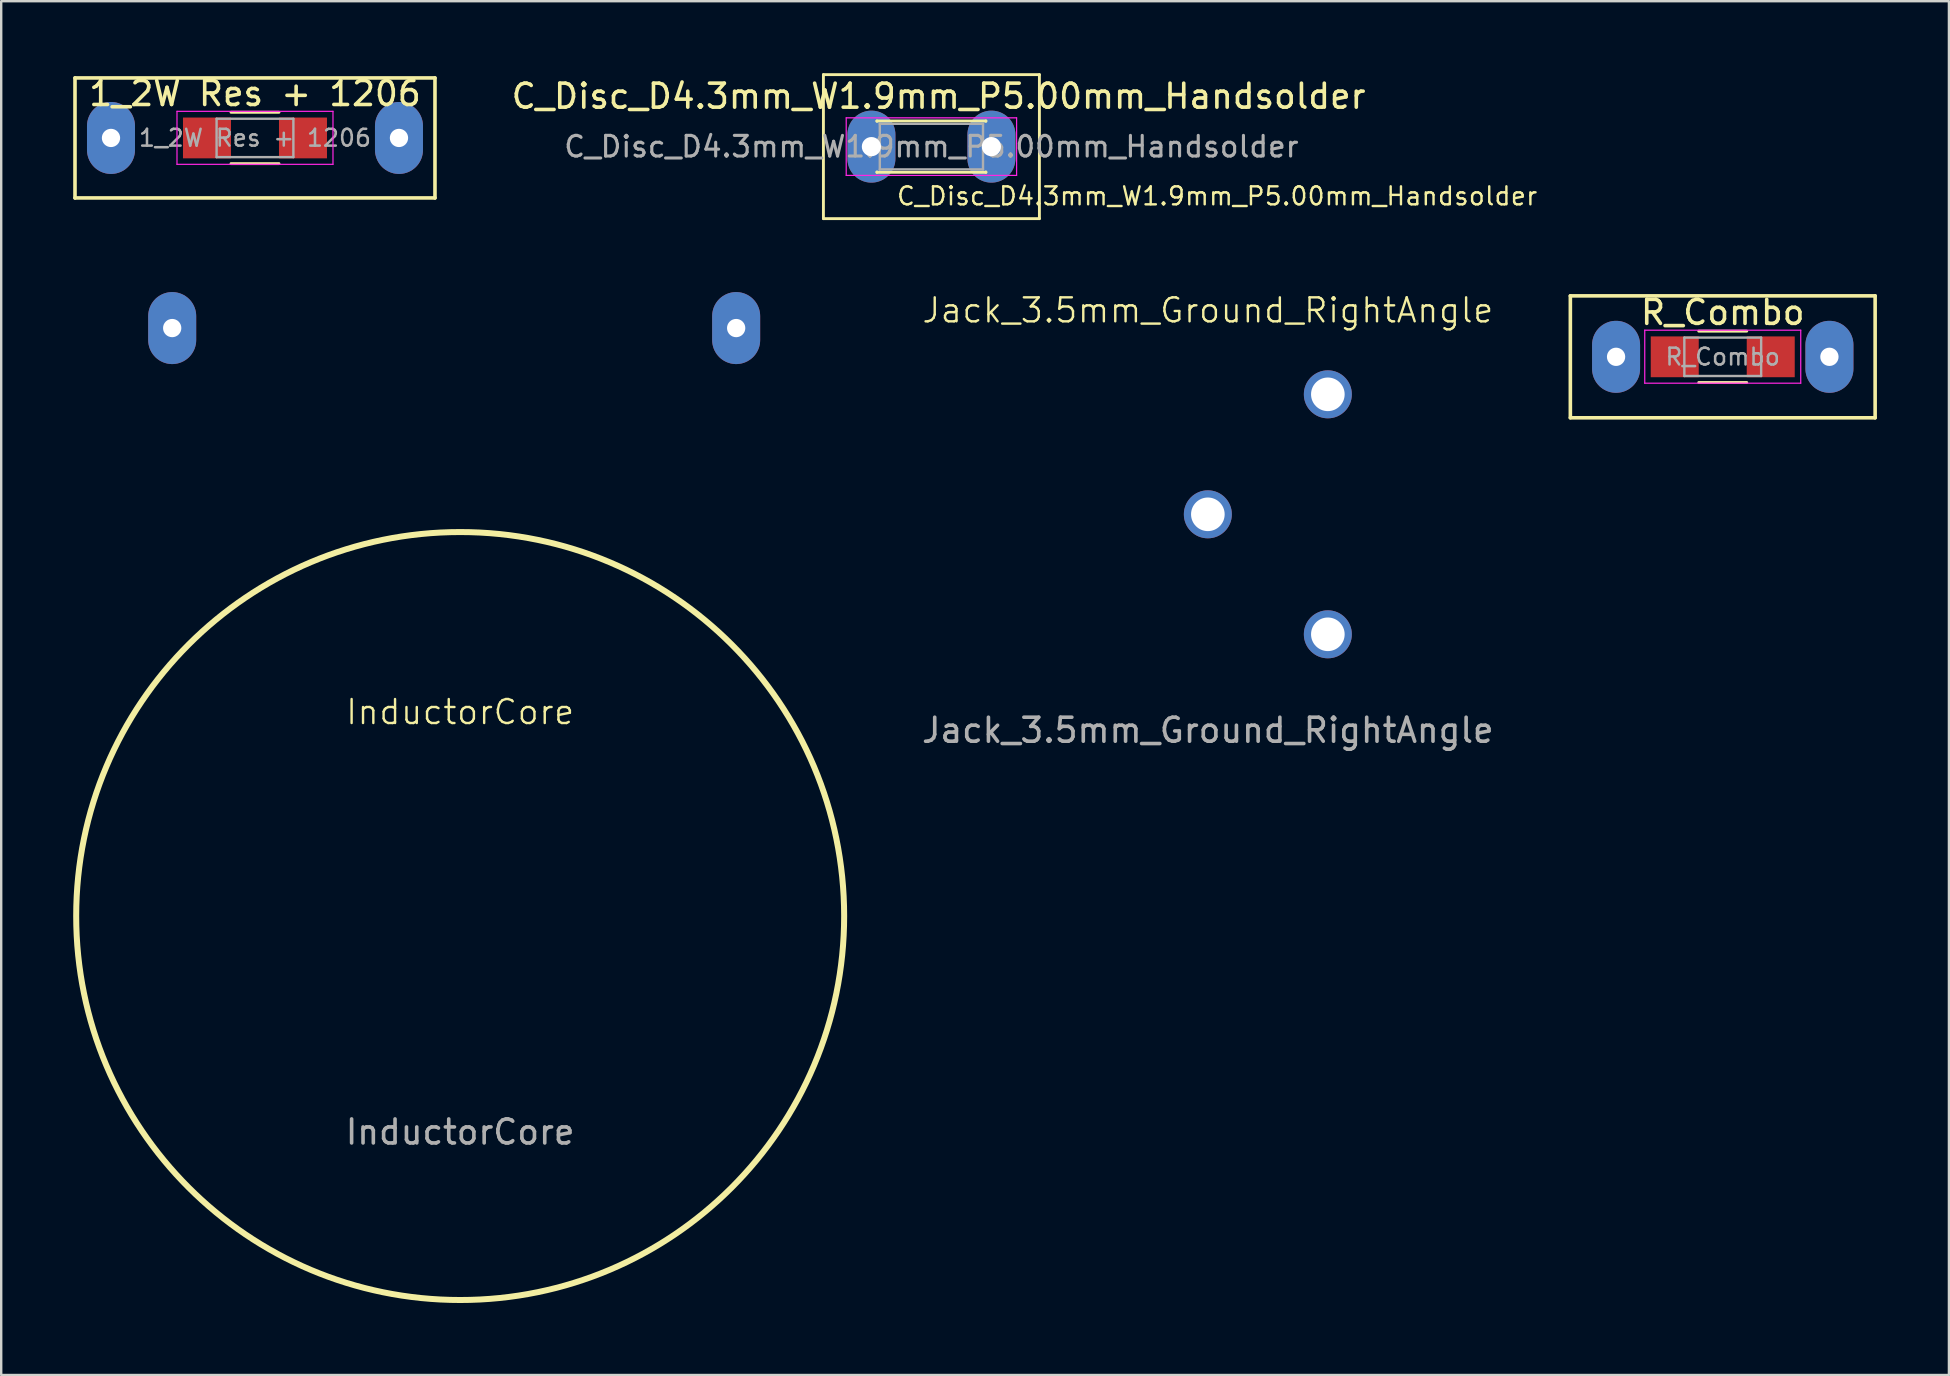
<source format=kicad_pcb>
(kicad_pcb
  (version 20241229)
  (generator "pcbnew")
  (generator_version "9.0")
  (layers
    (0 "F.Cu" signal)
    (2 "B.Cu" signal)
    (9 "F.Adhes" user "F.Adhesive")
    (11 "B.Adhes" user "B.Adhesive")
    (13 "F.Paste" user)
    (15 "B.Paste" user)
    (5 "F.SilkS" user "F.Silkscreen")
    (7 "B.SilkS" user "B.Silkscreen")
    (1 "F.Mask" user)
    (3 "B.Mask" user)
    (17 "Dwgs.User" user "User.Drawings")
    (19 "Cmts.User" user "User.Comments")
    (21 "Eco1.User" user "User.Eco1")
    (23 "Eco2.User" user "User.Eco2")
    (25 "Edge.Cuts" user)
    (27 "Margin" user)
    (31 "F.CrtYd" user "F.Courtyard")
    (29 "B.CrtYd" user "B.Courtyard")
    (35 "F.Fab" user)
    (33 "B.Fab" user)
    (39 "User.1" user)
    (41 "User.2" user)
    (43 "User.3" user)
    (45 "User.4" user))
  (footprint "Jack_3.5mm_Ground_RightAngle"
    (layer "F.Cu")
    (at 47.28 18.381)
    (property "Reference" "Jack_3.5mm_Ground_RightAngle" (at 0 -8.5 0) (unlocked yes) (layer "F.SilkS") (effects (font (size 1 1) (thickness 0.1))))
    (attr through_hole)
    (fp_text user "${REFERENCE}" (at 0 9 0) (unlocked yes) (layer "F.Fab") (effects (font (size 1 1) (thickness 0.15))))
    (pad "G" thru_hole circle (at 0 0) (size 2 2) (drill 1.4) (layers "*.Cu" "*.Mask"))
    (pad "S" thru_hole circle (at 5 -5) (size 2 2) (drill 1.4) (layers "*.Cu" "*.Mask"))
    (pad "T" thru_hole circle (at 5 5) (size 2 2) (drill 1.4) (layers "*.Cu" "*.Mask")))
  (footprint "1_2W Res + 1206"
    (layer "F.Cu")
    (at 7.575 2.698)
    (property "Reference" "1_2W Res + 1206" (at 0 -1.85 0) (layer "F.SilkS") (effects (font (size 1 1) (thickness 0.15))))
    (attr smd)
    (fp_line (start -7.5 -2.5) (end -7.5 2.5) (stroke (width 0.15) (type solid)) (layer "F.SilkS"))
    (fp_line (start -7.5 2.5) (end 7.5 2.5) (stroke (width 0.15) (type solid)) (layer "F.SilkS"))
    (fp_line (start -1 -1.07) (end 1 -1.07) (stroke (width 0.12) (type solid)) (layer "F.SilkS"))
    (fp_line (start 1 1.07) (end -1 1.07) (stroke (width 0.12) (type solid)) (layer "F.SilkS"))
    (fp_line (start 7.5 -2.5) (end -7.5 -2.5) (stroke (width 0.15) (type solid)) (layer "F.SilkS"))
    (fp_line (start 7.5 2.5) (end 7.5 -2.5) (stroke (width 0.15) (type solid)) (layer "F.SilkS"))
    (fp_line (start -3.25 -1.11) (end -3.25 1.1) (stroke (width 0.05) (type solid)) (layer "F.CrtYd"))
    (fp_line (start -3.25 -1.11) (end 3.25 -1.11) (stroke (width 0.05) (type solid)) (layer "F.CrtYd"))
    (fp_line (start 3.25 1.1) (end -3.25 1.1) (stroke (width 0.05) (type solid)) (layer "F.CrtYd"))
    (fp_line (start 3.25 1.1) (end 3.25 -1.11) (stroke (width 0.05) (type solid)) (layer "F.CrtYd"))
    (fp_line (start -1.6 -0.8) (end 1.6 -0.8) (stroke (width 0.1) (type solid)) (layer "F.Fab"))
    (fp_line (start -1.6 0.8) (end -1.6 -0.8) (stroke (width 0.1) (type solid)) (layer "F.Fab"))
    (fp_line (start 1.6 -0.8) (end 1.6 0.8) (stroke (width 0.1) (type solid)) (layer "F.Fab"))
    (fp_line (start 1.6 0.8) (end -1.6 0.8) (stroke (width 0.1) (type solid)) (layer "F.Fab"))
    (fp_text user "${REFERENCE}" (at 0 0 0) (layer "F.Fab") (effects (font (size 0.7 0.7) (thickness 0.105))))
    (pad "1" thru_hole oval (at -6 0) (size 2 3) (drill 0.762) (layers "*.Cu" "*.Mask"))
    (pad "1" smd rect (at -2 0) (size 2 1.7) (layers "F.Cu" "F.Mask" "F.Paste"))
    (pad "2" smd rect (at 2 0) (size 2 1.7) (layers "F.Cu" "F.Mask" "F.Paste"))
    (pad "2" thru_hole oval (at 6 0) (size 2 3) (drill 0.762) (layers "*.Cu" "*.Mask")))
  (footprint "R_Combo"
    (layer "F.Cu")
    (at 68.735 11.818)
    (property "Reference" "R_Combo" (at 0 -1.85 0) (layer "F.SilkS") (effects (font (size 1 1) (thickness 0.15))))
    (attr smd)
    (fp_line (start -6.35 -2.54) (end -6.35 2.54) (stroke (width 0.15) (type solid)) (layer "F.SilkS"))
    (fp_line (start -6.35 2.54) (end 6.35 2.54) (stroke (width 0.15) (type solid)) (layer "F.SilkS"))
    (fp_line (start -1 -1.07) (end 1 -1.07) (stroke (width 0.12) (type solid)) (layer "F.SilkS"))
    (fp_line (start 1 1.07) (end -1 1.07) (stroke (width 0.12) (type solid)) (layer "F.SilkS"))
    (fp_line (start 6.35 -2.54) (end -6.35 -2.54) (stroke (width 0.15) (type solid)) (layer "F.SilkS"))
    (fp_line (start 6.35 2.54) (end 6.35 -2.54) (stroke (width 0.15) (type solid)) (layer "F.SilkS"))
    (fp_line (start -3.25 -1.11) (end -3.25 1.1) (stroke (width 0.05) (type solid)) (layer "F.CrtYd"))
    (fp_line (start -3.25 -1.11) (end 3.25 -1.11) (stroke (width 0.05) (type solid)) (layer "F.CrtYd"))
    (fp_line (start 3.25 1.1) (end -3.25 1.1) (stroke (width 0.05) (type solid)) (layer "F.CrtYd"))
    (fp_line (start 3.25 1.1) (end 3.25 -1.11) (stroke (width 0.05) (type solid)) (layer "F.CrtYd"))
    (fp_line (start -1.6 -0.8) (end 1.6 -0.8) (stroke (width 0.1) (type solid)) (layer "F.Fab"))
    (fp_line (start -1.6 0.8) (end -1.6 -0.8) (stroke (width 0.1) (type solid)) (layer "F.Fab"))
    (fp_line (start 1.6 -0.8) (end 1.6 0.8) (stroke (width 0.1) (type solid)) (layer "F.Fab"))
    (fp_line (start 1.6 0.8) (end -1.6 0.8) (stroke (width 0.1) (type solid)) (layer "F.Fab"))
    (fp_text user "${REFERENCE}" (at 0 0 0) (layer "F.Fab") (effects (font (size 0.7 0.7) (thickness 0.105))))
    (pad "1" thru_hole oval (at -4.445 0) (size 2 3) (drill 0.762) (layers "*.Cu" "*.Mask"))
    (pad "1" smd rect (at -2 0) (size 2 1.7) (layers "F.Cu" "F.Mask" "F.Paste"))
    (pad "2" smd rect (at 2 0) (size 2 1.7) (layers "F.Cu" "F.Mask" "F.Paste"))
    (pad "2" thru_hole oval (at 4.445 0) (size 2 3) (drill 0.762) (layers "*.Cu" "*.Mask")))
  (footprint "InductorCore"
    (layer "F.Cu")
    (at 16.125 35.12)
    (property "Reference" "InductorCore" (at 0 -8.5 0) (unlocked yes) (layer "F.SilkS") (effects (font (size 1 1) (thickness 0.1))))
    (attr through_hole)
    (fp_circle (center 0 0) (end 16 0) (stroke (width 0.25) (type default)) (fill no) (layer "F.SilkS"))
    (fp_text user "${REFERENCE}" (at 0 9 0) (unlocked yes) (layer "F.Fab") (effects (font (size 1 1) (thickness 0.15))))
    (pad "1" thru_hole oval (at -12 -24.5) (size 2 3) (drill 0.762) (layers "*.Cu" "*.Mask"))
    (pad "2" thru_hole oval (at 11.5 -24.5) (size 2 3) (drill 0.762) (layers "*.Cu" "*.Mask")))
  (footprint "C_Disc_D4.3mm_W1.9mm_P5.00mm_Handsolder"
    (layer "F.Cu")
    (at 33.261 3.06)
    (property "Reference" "C_Disc_D4.3mm_W1.9mm_P5.00mm_Handsolder" (at 2.8 -2.1 0) (layer "F.SilkS") (effects (font (size 1 1) (thickness 0.15))))
    (property "Value" "C_Disc_D4.3mm_W1.9mm_P5.00mm_Handsolder" (at 2 5 0) (layer "F.Fab") (hide yes) (effects (font (size 1 1) (thickness 0.15))))
    (attr through_hole)
    (fp_line (start -2 -3) (end 7 -3) (stroke (width 0.12) (type solid)) (layer "F.SilkS"))
    (fp_line (start -2 3) (end -2 -3) (stroke (width 0.12) (type solid)) (layer "F.SilkS"))
    (fp_line (start 0.23 -1.07) (end 0.23 -1.055) (stroke (width 0.12) (type solid)) (layer "F.SilkS"))
    (fp_line (start 0.23 -1.07) (end 4.77 -1.07) (stroke (width 0.12) (type solid)) (layer "F.SilkS"))
    (fp_line (start 0.23 1.055) (end 0.23 1.07) (stroke (width 0.12) (type solid)) (layer "F.SilkS"))
    (fp_line (start 0.23 1.07) (end 4.77 1.07) (stroke (width 0.12) (type solid)) (layer "F.SilkS"))
    (fp_line (start 4.77 -1.07) (end 4.77 -1.055) (stroke (width 0.12) (type solid)) (layer "F.SilkS"))
    (fp_line (start 4.77 1.055) (end 4.77 1.07) (stroke (width 0.12) (type solid)) (layer "F.SilkS"))
    (fp_line (start 7 -3) (end 7 3) (stroke (width 0.12) (type solid)) (layer "F.SilkS"))
    (fp_line (start 7 3) (end -2 3) (stroke (width 0.12) (type solid)) (layer "F.SilkS"))
    (fp_line (start -1.05 -1.2) (end -1.05 1.2) (stroke (width 0.05) (type solid)) (layer "F.CrtYd"))
    (fp_line (start -1.05 1.2) (end 6.05 1.2) (stroke (width 0.05) (type solid)) (layer "F.CrtYd"))
    (fp_line (start 6.05 -1.2) (end -1.05 -1.2) (stroke (width 0.05) (type solid)) (layer "F.CrtYd"))
    (fp_line (start 6.05 1.2) (end 6.05 -1.2) (stroke (width 0.05) (type solid)) (layer "F.CrtYd"))
    (fp_line (start 0.35 -0.95) (end 0.35 0.95) (stroke (width 0.1) (type solid)) (layer "F.Fab"))
    (fp_line (start 0.35 0.95) (end 4.65 0.95) (stroke (width 0.1) (type solid)) (layer "F.Fab"))
    (fp_line (start 4.65 -0.95) (end 0.35 -0.95) (stroke (width 0.1) (type solid)) (layer "F.Fab"))
    (fp_line (start 4.65 0.95) (end 4.65 -0.95) (stroke (width 0.1) (type solid)) (layer "F.Fab"))
    (fp_text user "${VALUE}" (at 1 2.5 0) (unlocked yes) (layer "F.SilkS") (effects (font (size 0.75 0.75) (thickness 0.1)) (justify left bottom)))
    (fp_text user "${REFERENCE}" (at 2.5 0 0) (layer "F.Fab") (effects (font (size 0.86 0.86) (thickness 0.129))))
    (pad "1" thru_hole oval (at 0 0) (size 2 3) (drill 0.8) (layers "*.Cu" "*.Mask"))
    (pad "2" thru_hole oval (at 5 0) (size 2 3) (drill 0.8) (layers "*.Cu" "*.Mask")))
  (gr_rect
    (start -3 -3)
    (end 78.16 54.245)
    (stroke (width 0.1) (type default))
    (fill no)
    (layer "Edge.Cuts")))
</source>
